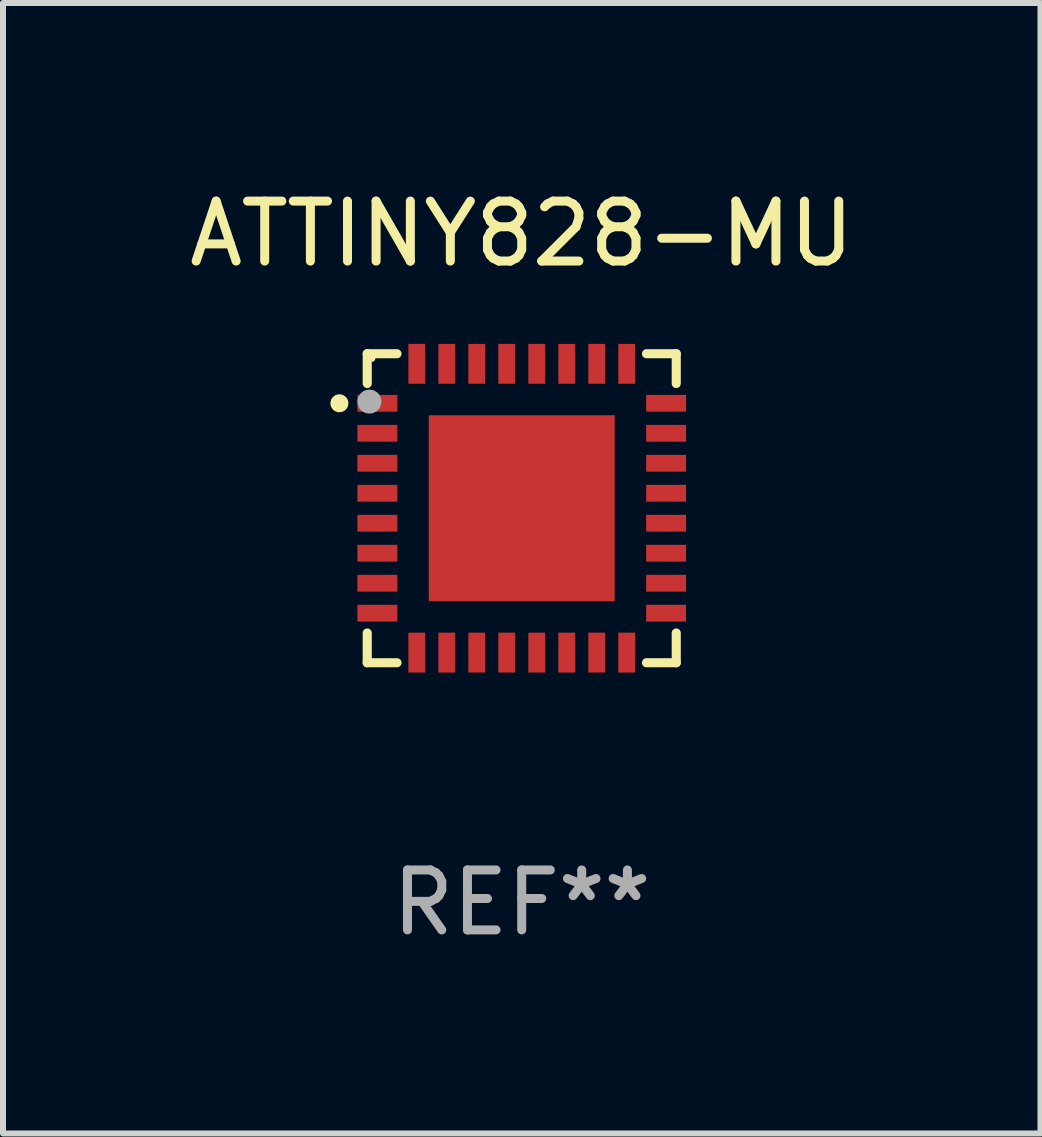
<source format=kicad_pcb>
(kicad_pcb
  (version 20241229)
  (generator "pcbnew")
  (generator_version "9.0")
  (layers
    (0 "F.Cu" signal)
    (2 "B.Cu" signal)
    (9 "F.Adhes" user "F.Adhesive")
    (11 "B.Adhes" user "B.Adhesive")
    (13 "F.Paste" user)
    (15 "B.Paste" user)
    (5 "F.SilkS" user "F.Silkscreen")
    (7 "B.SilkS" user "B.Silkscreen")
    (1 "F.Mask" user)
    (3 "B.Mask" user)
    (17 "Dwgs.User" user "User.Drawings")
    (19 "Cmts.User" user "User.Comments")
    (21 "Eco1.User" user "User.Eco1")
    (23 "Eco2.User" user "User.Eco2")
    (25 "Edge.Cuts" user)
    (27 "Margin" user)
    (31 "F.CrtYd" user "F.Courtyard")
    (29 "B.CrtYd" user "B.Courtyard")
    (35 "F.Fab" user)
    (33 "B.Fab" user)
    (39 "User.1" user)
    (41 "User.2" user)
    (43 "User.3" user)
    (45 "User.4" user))
  (footprint "ATTINY828-MU"
    (layer "F.Cu")
    (at 5.649 5.424)
    (property "Reference" "ATTINY828-MU" (at 0 -4.576 0) (layer "F.SilkS") (effects (font (size 1 1) (thickness 0.15))))
    (attr through_hole)
    (fp_line (start -2.576 -2.576) (end -2.576 -2.08) (stroke (width 0.152) (type solid)) (layer "F.SilkS"))
    (fp_line (start -2.576 2.576) (end -2.576 2.08) (stroke (width 0.152) (type solid)) (layer "F.SilkS"))
    (fp_line (start -2.08 -2.576) (end -2.576 -2.576) (stroke (width 0.152) (type solid)) (layer "F.SilkS"))
    (fp_line (start -2.08 2.576) (end -2.576 2.576) (stroke (width 0.152) (type solid)) (layer "F.SilkS"))
    (fp_line (start 2.08 -2.576) (end 2.576 -2.576) (stroke (width 0.152) (type solid)) (layer "F.SilkS"))
    (fp_line (start 2.08 2.576) (end 2.576 2.576) (stroke (width 0.152) (type solid)) (layer "F.SilkS"))
    (fp_line (start 2.576 -2.576) (end 2.576 -2.08) (stroke (width 0.152) (type solid)) (layer "F.SilkS"))
    (fp_line (start 2.576 2.576) (end 2.576 2.08) (stroke (width 0.152) (type solid)) (layer "F.SilkS"))
    (fp_circle (center -3.04 -1.75) (end -2.965 -1.75) (stroke (width 0.15) (type solid)) (fill no) (layer "F.SilkS"))
    (fp_circle (center -2.5 -2.5) (end -2.47 -2.5) (stroke (width 0.06) (type solid)) (fill no) (layer "F.SilkS"))
    (fp_circle (center -2.54 -1.778) (end -2.44 -1.778) (stroke (width 0.2) (type solid)) (fill no) (layer "F.Fab"))
    (fp_text user "REF**" (at 0 6.576 0) (layer "F.Fab") (effects (font (size 1 1) (thickness 0.15))))
    (pad "1" smd rect (at -2.407 -1.75) (size 0.665 0.28) (layers "F.Cu" "F.Mask" "F.Paste"))
    (pad "2" smd rect (at -2.407 -1.25) (size 0.665 0.28) (layers "F.Cu" "F.Mask" "F.Paste"))
    (pad "3" smd rect (at -2.407 -0.75) (size 0.665 0.28) (layers "F.Cu" "F.Mask" "F.Paste"))
    (pad "4" smd rect (at -2.407 -0.25) (size 0.665 0.28) (layers "F.Cu" "F.Mask" "F.Paste"))
    (pad "5" smd rect (at -2.407 0.25) (size 0.665 0.28) (layers "F.Cu" "F.Mask" "F.Paste"))
    (pad "6" smd rect (at -2.407 0.75) (size 0.665 0.28) (layers "F.Cu" "F.Mask" "F.Paste"))
    (pad "7" smd rect (at -2.407 1.25) (size 0.665 0.28) (layers "F.Cu" "F.Mask" "F.Paste"))
    (pad "8" smd rect (at -2.407 1.75) (size 0.665 0.28) (layers "F.Cu" "F.Mask" "F.Paste"))
    (pad "9" smd rect (at -1.75 2.407) (size 0.28 0.665) (layers "F.Cu" "F.Mask" "F.Paste"))
    (pad "10" smd rect (at -1.25 2.407) (size 0.28 0.665) (layers "F.Cu" "F.Mask" "F.Paste"))
    (pad "11" smd rect (at -0.75 2.407) (size 0.28 0.665) (layers "F.Cu" "F.Mask" "F.Paste"))
    (pad "12" smd rect (at -0.25 2.407) (size 0.28 0.665) (layers "F.Cu" "F.Mask" "F.Paste"))
    (pad "13" smd rect (at 0.25 2.407) (size 0.28 0.665) (layers "F.Cu" "F.Mask" "F.Paste"))
    (pad "14" smd rect (at 0.75 2.407) (size 0.28 0.665) (layers "F.Cu" "F.Mask" "F.Paste"))
    (pad "15" smd rect (at 1.25 2.407) (size 0.28 0.665) (layers "F.Cu" "F.Mask" "F.Paste"))
    (pad "16" smd rect (at 1.75 2.407) (size 0.28 0.665) (layers "F.Cu" "F.Mask" "F.Paste"))
    (pad "17" smd rect (at 2.407 1.75) (size 0.665 0.28) (layers "F.Cu" "F.Mask" "F.Paste"))
    (pad "18" smd rect (at 2.407 1.25) (size 0.665 0.28) (layers "F.Cu" "F.Mask" "F.Paste"))
    (pad "19" smd rect (at 2.407 0.75) (size 0.665 0.28) (layers "F.Cu" "F.Mask" "F.Paste"))
    (pad "20" smd rect (at 2.407 0.25) (size 0.665 0.28) (layers "F.Cu" "F.Mask" "F.Paste"))
    (pad "21" smd rect (at 2.407 -0.25) (size 0.665 0.28) (layers "F.Cu" "F.Mask" "F.Paste"))
    (pad "22" smd rect (at 2.407 -0.75) (size 0.665 0.28) (layers "F.Cu" "F.Mask" "F.Paste"))
    (pad "23" smd rect (at 2.407 -1.25) (size 0.665 0.28) (layers "F.Cu" "F.Mask" "F.Paste"))
    (pad "24" smd rect (at 2.407 -1.75) (size 0.665 0.28) (layers "F.Cu" "F.Mask" "F.Paste"))
    (pad "25" smd rect (at 1.75 -2.408) (size 0.28 0.665) (layers "F.Cu" "F.Mask" "F.Paste"))
    (pad "26" smd rect (at 1.25 -2.408) (size 0.28 0.665) (layers "F.Cu" "F.Mask" "F.Paste"))
    (pad "27" smd rect (at 0.75 -2.408) (size 0.28 0.665) (layers "F.Cu" "F.Mask" "F.Paste"))
    (pad "28" smd rect (at 0.25 -2.408) (size 0.28 0.665) (layers "F.Cu" "F.Mask" "F.Paste"))
    (pad "29" smd rect (at -0.25 -2.408) (size 0.28 0.665) (layers "F.Cu" "F.Mask" "F.Paste"))
    (pad "30" smd rect (at -0.75 -2.408) (size 0.28 0.665) (layers "F.Cu" "F.Mask" "F.Paste"))
    (pad "31" smd rect (at -1.25 -2.408) (size 0.28 0.665) (layers "F.Cu" "F.Mask" "F.Paste"))
    (pad "32" smd rect (at -1.75 -2.408) (size 0.28 0.665) (layers "F.Cu" "F.Mask" "F.Paste"))
    (pad "33" smd rect (at -0.000076 -0.000102) (size 3.1 3.1) (layers "F.Cu" "F.Mask" "F.Paste")))
  (gr_rect
    (start -3 -3)
    (end 14.298 15.849)
    (stroke (width 0.1) (type default))
    (fill no)
    (layer "Edge.Cuts")))
</source>
